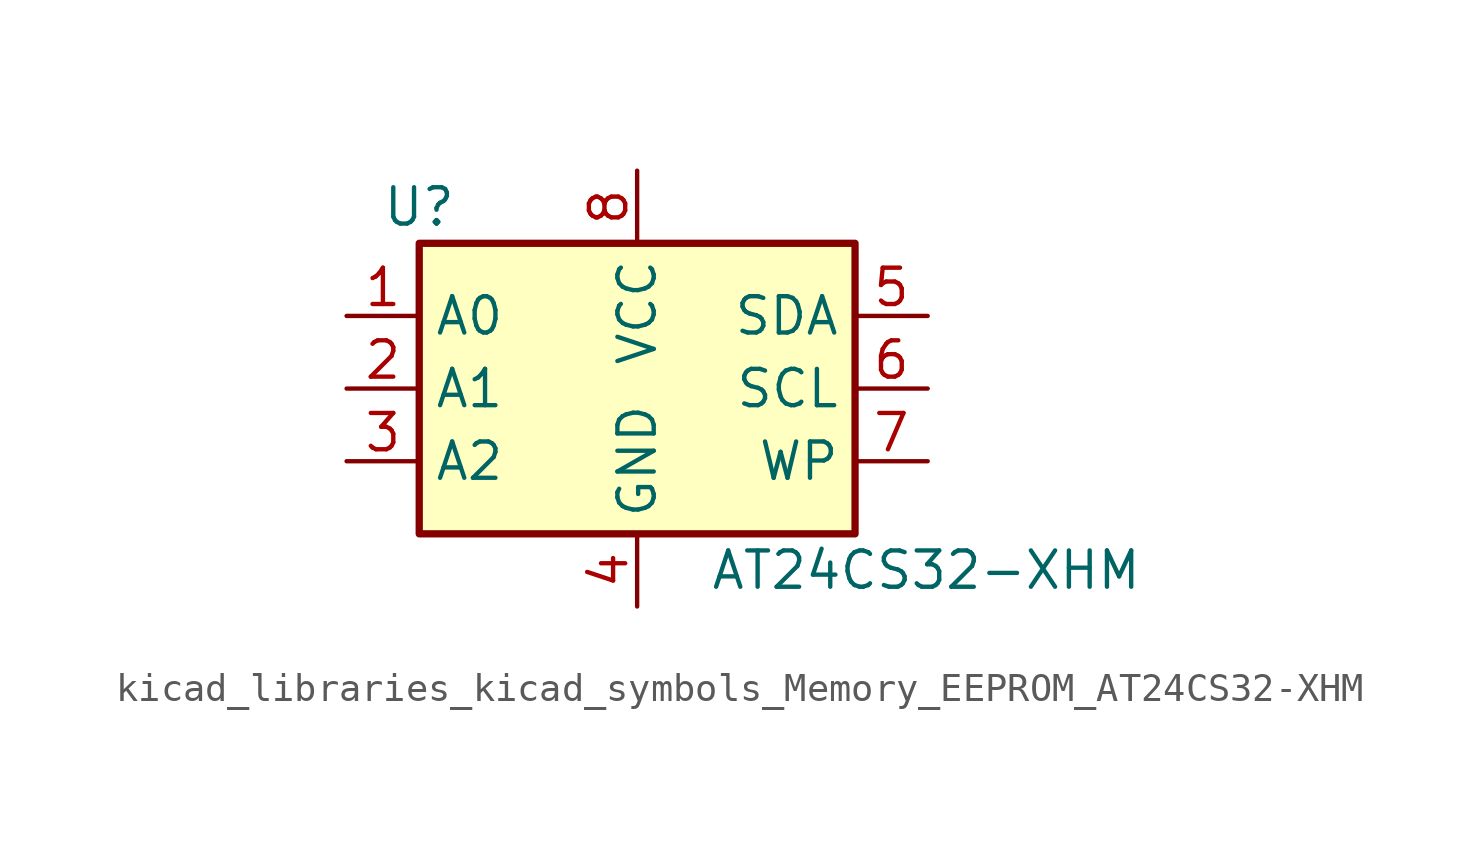
<source format=kicad_sym>
(kicad_symbol_lib
  (version 20220914)
  (generator kicad_symbol_editor)
  (symbol "kicad_libraries_kicad_symbols_Memory_EEPROM_AT24CS32-XHM"
    (property "Reference" "U"
      (at -7.62 6.35 0)
      (effects (font (size 1.27 1.27))))
    (property "Value" "AT24CS32-XHM"
      (at 2.54 -6.35 0)
      (effects (font (size 1.27 1.27)) (justify left)))
    (symbol "kicad_libraries_kicad_symbols_Memory_EEPROM_AT24CS32-XHM_1_1"
      (rectangle (start -7.62 5.08) (end 7.62 -5.08) (stroke (width 0.254) (type default)) (fill (type background)))
      (pin input line (at -10.16 2.54 0) (length 2.54) (name "A0" (effects (font (size 1.27 1.27)))) (number "1" (effects (font (size 1.27 1.27)))))
      (pin input line (at -10.16 0 0) (length 2.54) (name "A1" (effects (font (size 1.27 1.27)))) (number "2" (effects (font (size 1.27 1.27)))))
      (pin input line (at -10.16 -2.54 0) (length 2.54) (name "A2" (effects (font (size 1.27 1.27)))) (number "3" (effects (font (size 1.27 1.27)))))
      (pin power_in line (at 0 -7.62 90) (length 2.54) (name "GND" (effects (font (size 1.27 1.27)))) (number "4" (effects (font (size 1.27 1.27)))))
      (pin bidirectional line (at 10.16 2.54 180) (length 2.54) (name "SDA" (effects (font (size 1.27 1.27)))) (number "5" (effects (font (size 1.27 1.27)))))
      (pin input line (at 10.16 0 180) (length 2.54) (name "SCL" (effects (font (size 1.27 1.27)))) (number "6" (effects (font (size 1.27 1.27)))))
      (pin input line (at 10.16 -2.54 180) (length 2.54) (name "WP" (effects (font (size 1.27 1.27)))) (number "7" (effects (font (size 1.27 1.27)))))
      (pin power_in line (at 0 7.62 270) (length 2.54) (name "VCC" (effects (font (size 1.27 1.27)))) (number "8" (effects (font (size 1.27 1.27))))))))
</source>
